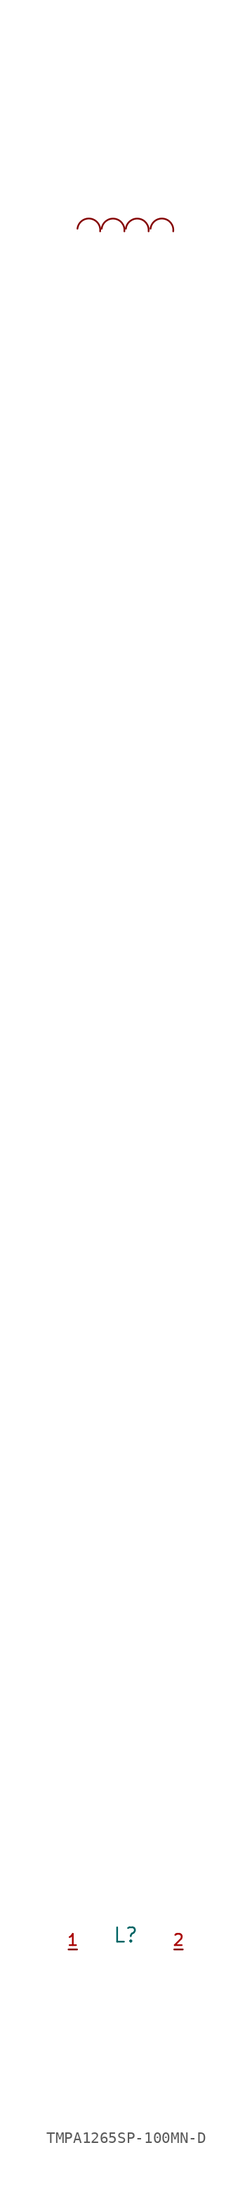
<source format=kicad_sym>
(kicad_symbol_lib
  (version 20210201)
  (generator TousstNicolas/JLC2KiCad_lib)
  (symbol "TMPA1265SP-100MN-D"
    (pin_names hide)
    (property "Reference" "L"
      (at 0 1.27 0)
      (effects (font (size 1.27 1.27))))
    (symbol "TMPA1265SP-100MN-D_0_1"
      (pin unspecified line (at 5.08 -0.0 180) (length 0.762) (name "2" (effects (font (size 1 1)))) (number "2" (effects (font (size 1 1)))))
      (pin unspecified line (at -5.08 -0.0 0) (length 0.762) (name "1" (effects (font (size 1 1)))) (number "1" (effects (font (size 1 1)))))
      (arc (start -2.2675798317689098 152.26577474375057) (mid -3.1589675383294846 153.39269454626879) (end -4.285887329344515 152.50130682516553) (stroke (width 0) (type default) (color 0 0 0 0)) (fill (type none)))
      (arc (start -0.11289020511819081 152.26516817215807) (mid -1.0043096562459306 153.39206286199257) (end -2.131204336687783 152.50064339899106) (stroke (width 0) (type default) (color 0 0 0 0)) (fill (type none)))
      (arc (start 2.037732096126408 152.26516817215807) (mid 1.146312644998668 153.39206286199257) (end 0.019417964556815614 152.50064339899106) (stroke (width 0) (type default) (color 0 0 0 0)) (fill (type none)))
      (arc (start 4.230518481699189 152.26567617317409) (mid 3.339099030571449 153.3925708630086) (end 2.2122043501295967 152.50115140000707) (stroke (width 0) (type default) (color 0 0 0 0)) (fill (type none))))))
</source>
